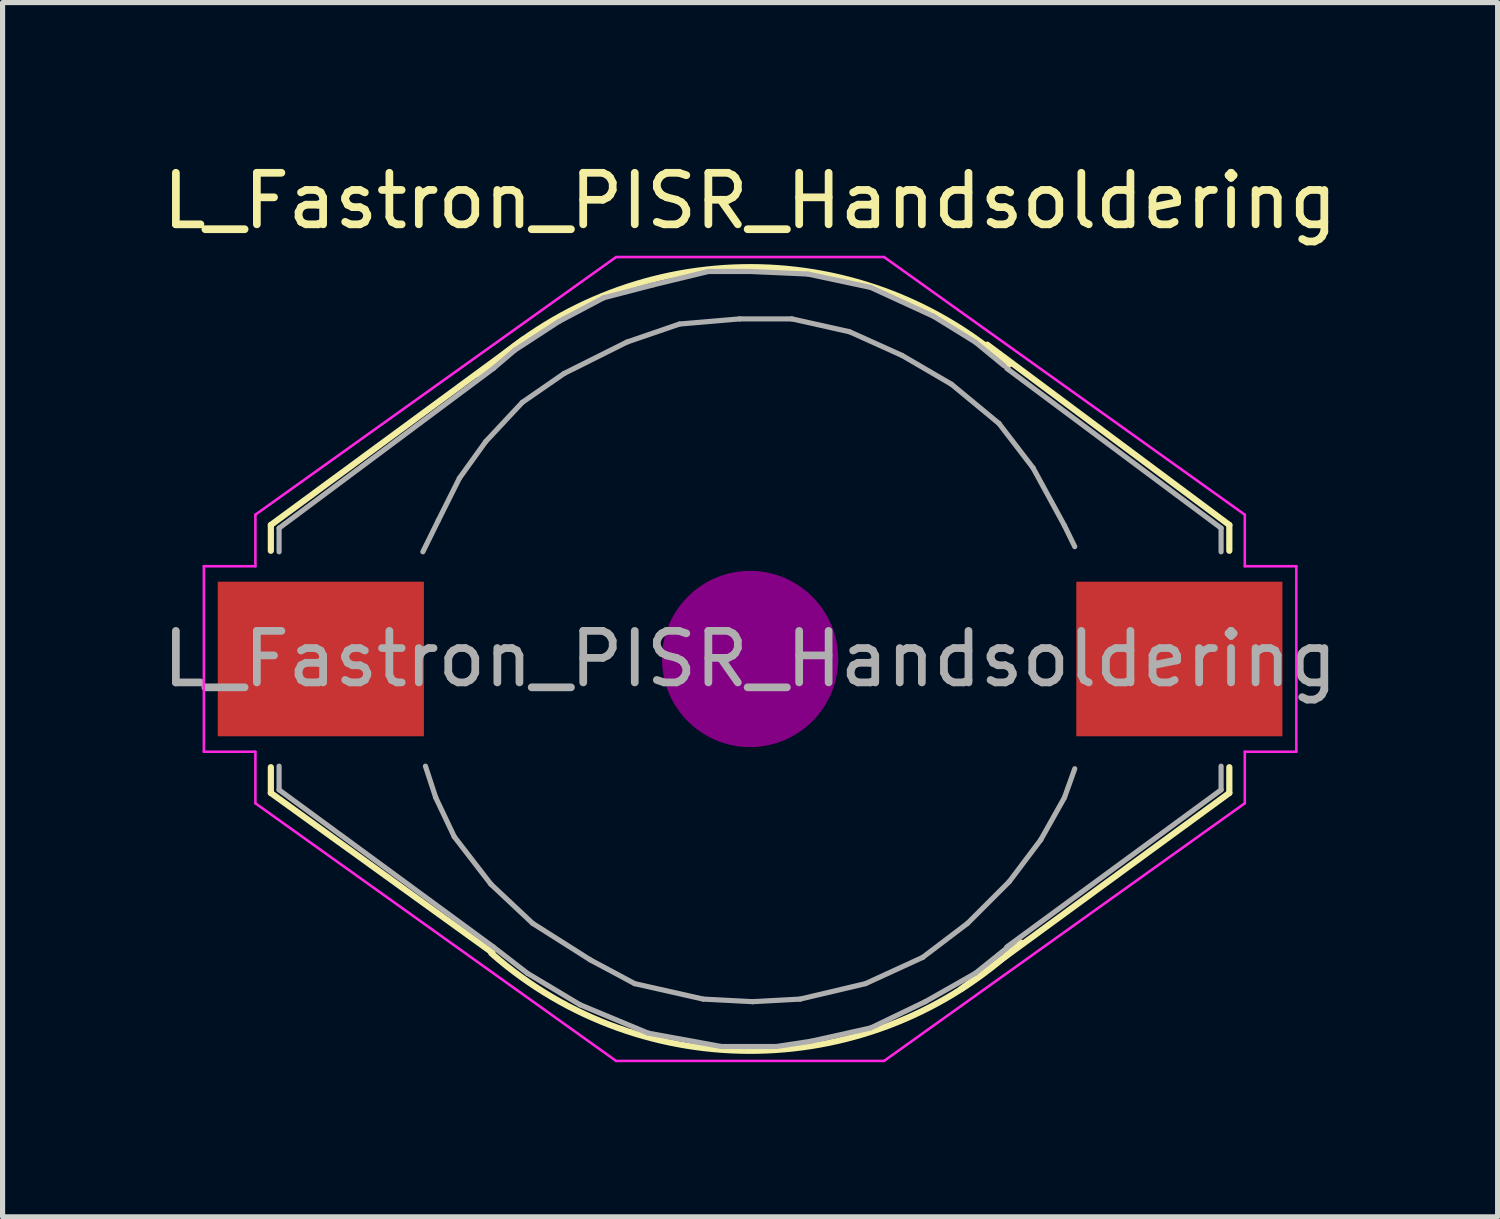
<source format=kicad_pcb>
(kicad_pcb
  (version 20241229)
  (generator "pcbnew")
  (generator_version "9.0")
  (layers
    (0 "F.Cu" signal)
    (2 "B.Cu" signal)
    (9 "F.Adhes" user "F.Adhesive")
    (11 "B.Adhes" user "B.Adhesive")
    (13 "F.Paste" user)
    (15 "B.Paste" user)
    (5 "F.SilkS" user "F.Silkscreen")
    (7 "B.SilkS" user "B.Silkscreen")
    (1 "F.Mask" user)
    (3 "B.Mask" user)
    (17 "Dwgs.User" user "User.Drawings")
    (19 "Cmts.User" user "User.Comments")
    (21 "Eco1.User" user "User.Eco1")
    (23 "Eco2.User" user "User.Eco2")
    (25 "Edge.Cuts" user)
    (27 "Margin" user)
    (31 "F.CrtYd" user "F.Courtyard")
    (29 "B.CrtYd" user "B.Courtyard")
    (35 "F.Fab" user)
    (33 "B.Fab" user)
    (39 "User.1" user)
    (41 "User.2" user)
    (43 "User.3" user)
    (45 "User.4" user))
  (footprint "L_Fastron_PISR_Handsoldering"
    (layer "F.Cu")
    (at 11.506 9.738)
    (property "Reference" "L_Fastron_PISR_Handsoldering" (at 0 -8.89 0) (layer "F.SilkS") (effects (font (size 1 1) (thickness 0.15))))
    (attr smd)
    (fp_line (start -9.3 -2.6) (end -9.3 -2.1) (stroke (width 0.12) (type solid)) (layer "F.SilkS"))
    (fp_line (start -9.3 -2.6) (end -4.4 -6.2) (stroke (width 0.12) (type solid)) (layer "F.SilkS"))
    (fp_line (start -9.3 2.6) (end -9.3 2.1) (stroke (width 0.12) (type solid)) (layer "F.SilkS"))
    (fp_line (start -5 5.7) (end -9.3 2.6) (stroke (width 0.12) (type solid)) (layer "F.SilkS"))
    (fp_line (start 4.1 6.4) (end 9.3 2.6) (stroke (width 0.12) (type solid)) (layer "F.SilkS"))
    (fp_line (start 4.6 -6.1) (end 9.3 -2.6) (stroke (width 0.12) (type solid)) (layer "F.SilkS"))
    (fp_line (start 9.3 -2.6) (end 9.3 -2.1) (stroke (width 0.12) (type solid)) (layer "F.SilkS"))
    (fp_line (start 9.3 2.6) (end 9.3 2.1) (stroke (width 0.12) (type solid)) (layer "F.SilkS"))
    (fp_arc (start -5.25 -5.5) (mid -0.15496 -7.601874) (end 5.021503 -5.709379) (stroke (width 0.12) (type solid)) (layer "F.SilkS"))
    (fp_arc (start 5.25 5.5) (mid 0.15496 7.601874) (end -5.021503 5.709379) (stroke (width 0.12) (type solid)) (layer "F.SilkS"))
    (fp_line (start 0 -0.25) (end 0 0.25) (stroke (width 0.38) (type solid)) (layer "F.Adhes"))
    (fp_circle (center 0 0) (end 0 0.25) (stroke (width 0.38) (type solid)) (fill no) (layer "F.Adhes"))
    (fp_circle (center 0 0) (end 0 0.51) (stroke (width 0.38) (type solid)) (fill no) (layer "F.Adhes"))
    (fp_circle (center 0 0) (end 0 0.76) (stroke (width 0.38) (type solid)) (fill no) (layer "F.Adhes"))
    (fp_circle (center 0 0) (end 0 1.02) (stroke (width 0.38) (type solid)) (fill no) (layer "F.Adhes"))
    (fp_circle (center 0 0) (end 0 1.27) (stroke (width 0.38) (type solid)) (fill no) (layer "F.Adhes"))
    (fp_circle (center 0 0) (end 0 1.52) (stroke (width 0.38) (type solid)) (fill no) (layer "F.Adhes"))
    (fp_line (start -10.6 -1.8) (end -9.6 -1.8) (stroke (width 0.05) (type solid)) (layer "F.CrtYd"))
    (fp_line (start -10.6 1.8) (end -10.6 -1.8) (stroke (width 0.05) (type solid)) (layer "F.CrtYd"))
    (fp_line (start -9.6 -2.8) (end -2.6 -7.8) (stroke (width 0.05) (type solid)) (layer "F.CrtYd"))
    (fp_line (start -9.6 -1.8) (end -9.6 -2.8) (stroke (width 0.05) (type solid)) (layer "F.CrtYd"))
    (fp_line (start -9.6 1.8) (end -10.6 1.8) (stroke (width 0.05) (type solid)) (layer "F.CrtYd"))
    (fp_line (start -9.6 2.8) (end -9.6 1.8) (stroke (width 0.05) (type solid)) (layer "F.CrtYd"))
    (fp_line (start -2.6 -7.8) (end 2.6 -7.8) (stroke (width 0.05) (type solid)) (layer "F.CrtYd"))
    (fp_line (start -2.6 7.8) (end -9.6 2.8) (stroke (width 0.05) (type solid)) (layer "F.CrtYd"))
    (fp_line (start 2.6 -7.8) (end 9.6 -2.8) (stroke (width 0.05) (type solid)) (layer "F.CrtYd"))
    (fp_line (start 2.6 7.8) (end -2.6 7.8) (stroke (width 0.05) (type solid)) (layer "F.CrtYd"))
    (fp_line (start 9.6 -2.8) (end 9.6 -1.8) (stroke (width 0.05) (type solid)) (layer "F.CrtYd"))
    (fp_line (start 9.6 -1.8) (end 10.6 -1.8) (stroke (width 0.05) (type solid)) (layer "F.CrtYd"))
    (fp_line (start 9.6 1.8) (end 9.6 2.8) (stroke (width 0.05) (type solid)) (layer "F.CrtYd"))
    (fp_line (start 9.6 2.8) (end 2.6 7.8) (stroke (width 0.05) (type solid)) (layer "F.CrtYd"))
    (fp_line (start 10.6 -1.8) (end 10.6 1.8) (stroke (width 0.05) (type solid)) (layer "F.CrtYd"))
    (fp_line (start 10.6 1.8) (end 9.6 1.8) (stroke (width 0.05) (type solid)) (layer "F.CrtYd"))
    (fp_line (start -9.14 -2.54) (end -4.98 -5.64) (stroke (width 0.1) (type solid)) (layer "F.Fab"))
    (fp_line (start -9.14 -2.08) (end -9.14 -2.54) (stroke (width 0.1) (type solid)) (layer "F.Fab"))
    (fp_line (start -9.14 2.08) (end -9.14 2.54) (stroke (width 0.1) (type solid)) (layer "F.Fab"))
    (fp_line (start -9.14 2.54) (end -4.98 5.59) (stroke (width 0.1) (type solid)) (layer "F.Fab"))
    (fp_line (start -6.35 -2.08) (end -6.05 -2.69) (stroke (width 0.1) (type solid)) (layer "F.Fab"))
    (fp_line (start -6.3 2.08) (end -6.1 2.69) (stroke (width 0.1) (type solid)) (layer "F.Fab"))
    (fp_line (start -6.1 2.69) (end -5.74 3.45) (stroke (width 0.1) (type solid)) (layer "F.Fab"))
    (fp_line (start -6.05 -2.69) (end -5.64 -3.51) (stroke (width 0.1) (type solid)) (layer "F.Fab"))
    (fp_line (start -5.74 3.45) (end -5.03 4.37) (stroke (width 0.1) (type solid)) (layer "F.Fab"))
    (fp_line (start -5.64 -3.51) (end -5.13 -4.22) (stroke (width 0.1) (type solid)) (layer "F.Fab"))
    (fp_line (start -5.13 -4.22) (end -4.42 -4.98) (stroke (width 0.1) (type solid)) (layer "F.Fab"))
    (fp_line (start -5.03 4.37) (end -4.22 5.13) (stroke (width 0.1) (type solid)) (layer "F.Fab"))
    (fp_line (start -4.98 -5.64) (end -4.57 -5.99) (stroke (width 0.1) (type solid)) (layer "F.Fab"))
    (fp_line (start -4.98 5.59) (end -4.32 6.1) (stroke (width 0.1) (type solid)) (layer "F.Fab"))
    (fp_line (start -4.57 -5.99) (end -3.71 -6.55) (stroke (width 0.1) (type solid)) (layer "F.Fab"))
    (fp_line (start -4.42 -4.98) (end -3.61 -5.54) (stroke (width 0.1) (type solid)) (layer "F.Fab"))
    (fp_line (start -4.32 6.1) (end -3.3 6.71) (stroke (width 0.1) (type solid)) (layer "F.Fab"))
    (fp_line (start -4.22 5.13) (end -3.1 5.84) (stroke (width 0.1) (type solid)) (layer "F.Fab"))
    (fp_line (start -3.71 -6.55) (end -2.84 -7.01) (stroke (width 0.1) (type solid)) (layer "F.Fab"))
    (fp_line (start -3.61 -5.54) (end -2.39 -6.15) (stroke (width 0.1) (type solid)) (layer "F.Fab"))
    (fp_line (start -3.3 6.71) (end -1.98 7.26) (stroke (width 0.1) (type solid)) (layer "F.Fab"))
    (fp_line (start -3.1 5.84) (end -2.24 6.3) (stroke (width 0.1) (type solid)) (layer "F.Fab"))
    (fp_line (start -2.84 -7.01) (end -1.88 -7.26) (stroke (width 0.1) (type solid)) (layer "F.Fab"))
    (fp_line (start -2.39 -6.15) (end -1.37 -6.5) (stroke (width 0.1) (type solid)) (layer "F.Fab"))
    (fp_line (start -2.24 6.3) (end -0.91 6.6) (stroke (width 0.1) (type solid)) (layer "F.Fab"))
    (fp_line (start -1.98 7.26) (end -0.56 7.52) (stroke (width 0.1) (type solid)) (layer "F.Fab"))
    (fp_line (start -1.88 -7.26) (end -0.81 -7.52) (stroke (width 0.1) (type solid)) (layer "F.Fab"))
    (fp_line (start -1.37 -6.5) (end -0.2 -6.6) (stroke (width 0.1) (type solid)) (layer "F.Fab"))
    (fp_line (start -0.91 6.6) (end 0.05 6.65) (stroke (width 0.1) (type solid)) (layer "F.Fab"))
    (fp_line (start -0.81 -7.52) (end 0 -7.52) (stroke (width 0.1) (type solid)) (layer "F.Fab"))
    (fp_line (start -0.56 7.52) (end 0.51 7.52) (stroke (width 0.1) (type solid)) (layer "F.Fab"))
    (fp_line (start -0.2 -6.6) (end 0.81 -6.6) (stroke (width 0.1) (type solid)) (layer "F.Fab"))
    (fp_line (start 0 -7.52) (end 1.12 -7.47) (stroke (width 0.1) (type solid)) (layer "F.Fab"))
    (fp_line (start 0.05 6.65) (end 0.97 6.6) (stroke (width 0.1) (type solid)) (layer "F.Fab"))
    (fp_line (start 0.51 7.52) (end 1.17 7.42) (stroke (width 0.1) (type solid)) (layer "F.Fab"))
    (fp_line (start 0.81 -6.6) (end 1.93 -6.35) (stroke (width 0.1) (type solid)) (layer "F.Fab"))
    (fp_line (start 0.97 6.6) (end 2.24 6.3) (stroke (width 0.1) (type solid)) (layer "F.Fab"))
    (fp_line (start 1.12 -7.47) (end 2.34 -7.21) (stroke (width 0.1) (type solid)) (layer "F.Fab"))
    (fp_line (start 1.17 7.42) (end 2.34 7.16) (stroke (width 0.1) (type solid)) (layer "F.Fab"))
    (fp_line (start 1.93 -6.35) (end 2.95 -5.89) (stroke (width 0.1) (type solid)) (layer "F.Fab"))
    (fp_line (start 2.24 6.3) (end 3.35 5.79) (stroke (width 0.1) (type solid)) (layer "F.Fab"))
    (fp_line (start 2.34 -7.21) (end 3.56 -6.65) (stroke (width 0.1) (type solid)) (layer "F.Fab"))
    (fp_line (start 2.34 7.16) (end 3.4 6.65) (stroke (width 0.1) (type solid)) (layer "F.Fab"))
    (fp_line (start 2.95 -5.89) (end 3.91 -5.33) (stroke (width 0.1) (type solid)) (layer "F.Fab"))
    (fp_line (start 3.35 5.79) (end 4.22 5.13) (stroke (width 0.1) (type solid)) (layer "F.Fab"))
    (fp_line (start 3.4 6.65) (end 4.37 6.1) (stroke (width 0.1) (type solid)) (layer "F.Fab"))
    (fp_line (start 3.56 -6.65) (end 4.37 -6.15) (stroke (width 0.1) (type solid)) (layer "F.Fab"))
    (fp_line (start 3.91 -5.33) (end 4.83 -4.57) (stroke (width 0.1) (type solid)) (layer "F.Fab"))
    (fp_line (start 4.22 5.13) (end 5.03 4.32) (stroke (width 0.1) (type solid)) (layer "F.Fab"))
    (fp_line (start 4.37 -6.15) (end 4.93 -5.69) (stroke (width 0.1) (type solid)) (layer "F.Fab"))
    (fp_line (start 4.37 6.1) (end 5.13 5.49) (stroke (width 0.1) (type solid)) (layer "F.Fab"))
    (fp_line (start 4.83 -4.57) (end 5.49 -3.71) (stroke (width 0.1) (type solid)) (layer "F.Fab"))
    (fp_line (start 5.03 4.32) (end 5.64 3.51) (stroke (width 0.1) (type solid)) (layer "F.Fab"))
    (fp_line (start 5.49 -3.71) (end 6.1 -2.59) (stroke (width 0.1) (type solid)) (layer "F.Fab"))
    (fp_line (start 5.64 3.51) (end 6.1 2.69) (stroke (width 0.1) (type solid)) (layer "F.Fab"))
    (fp_line (start 6.1 -2.59) (end 6.3 -2.18) (stroke (width 0.1) (type solid)) (layer "F.Fab"))
    (fp_line (start 6.1 2.69) (end 6.3 2.13) (stroke (width 0.1) (type solid)) (layer "F.Fab"))
    (fp_line (start 9.14 -2.54) (end 4.98 -5.64) (stroke (width 0.1) (type solid)) (layer "F.Fab"))
    (fp_line (start 9.14 -2.08) (end 9.14 -2.54) (stroke (width 0.1) (type solid)) (layer "F.Fab"))
    (fp_line (start 9.14 2.08) (end 9.14 2.54) (stroke (width 0.1) (type solid)) (layer "F.Fab"))
    (fp_line (start 9.14 2.54) (end 4.98 5.59) (stroke (width 0.1) (type solid)) (layer "F.Fab"))
    (fp_text user "${REFERENCE}" (at 0 0 0) (layer "F.Fab") (effects (font (size 1 1) (thickness 0.15))))
    (pad "1" smd rect (at 8.33 0) (size 4 3) (layers "F.Cu" "F.Mask" "F.Paste"))
    (pad "2" smd rect (at -8.33 0) (size 4 3) (layers "F.Cu" "F.Mask" "F.Paste")))
  (gr_rect
    (start -3 -3)
    (end 26.012 20.563)
    (stroke (width 0.1) (type default))
    (fill no)
    (layer "Edge.Cuts")))
</source>
